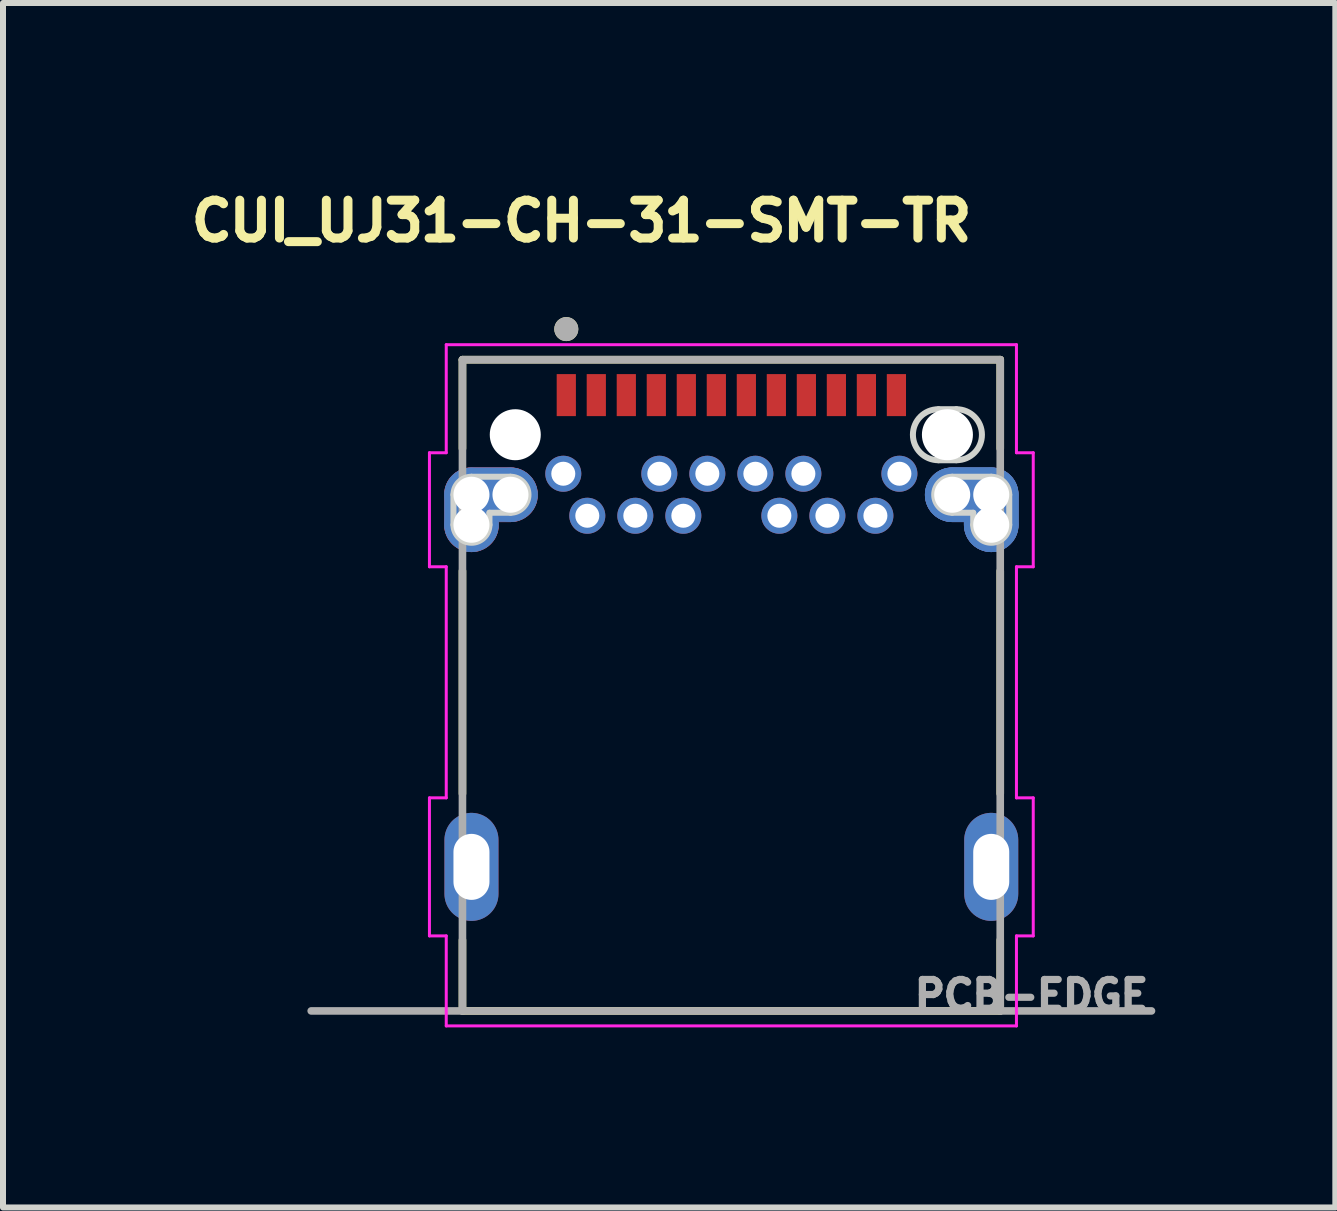
<source format=kicad_pcb>
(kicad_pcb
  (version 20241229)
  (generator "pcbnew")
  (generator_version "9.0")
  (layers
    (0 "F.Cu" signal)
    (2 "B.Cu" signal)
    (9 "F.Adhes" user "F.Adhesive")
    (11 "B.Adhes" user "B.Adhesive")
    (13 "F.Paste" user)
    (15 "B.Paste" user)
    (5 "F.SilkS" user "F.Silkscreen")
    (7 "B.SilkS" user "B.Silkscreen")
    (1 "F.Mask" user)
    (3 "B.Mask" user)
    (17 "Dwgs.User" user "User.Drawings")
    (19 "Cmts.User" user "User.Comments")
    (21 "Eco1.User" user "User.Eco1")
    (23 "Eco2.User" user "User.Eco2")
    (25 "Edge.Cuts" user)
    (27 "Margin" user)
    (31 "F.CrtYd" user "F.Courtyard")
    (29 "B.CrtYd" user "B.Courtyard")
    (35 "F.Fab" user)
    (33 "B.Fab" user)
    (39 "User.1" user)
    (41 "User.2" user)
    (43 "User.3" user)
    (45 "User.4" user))
  (footprint "CUI_UJ31-CH-31-SMT-TR"
    (layer "F.Cu")
    (at 9.135 3.533)
    (property "Reference" "CUI_UJ31-CH-31-SMT-TR" (at -2.496 -2.901 0) (layer "F.SilkS") (effects (font (size 0.631 0.631) (thickness 0.15))))
    (attr through_hole)
    (fp_poly (pts (xy -4.78 1.66) (xy -4.78 2.16) (xy -4.779 2.184) (xy -4.778 2.207) (xy -4.774 2.23) (xy -4.77 2.254) (xy -4.765 2.276) (xy -4.758 2.299) (xy -4.75 2.321) (xy -4.741 2.343) (xy -4.731 2.364) (xy -4.72 2.385) (xy -4.707 2.405) (xy -4.694 2.425) (xy -4.68 2.443) (xy -4.664 2.461) (xy -4.648 2.478) (xy -4.631 2.494) (xy -4.613 2.51) (xy -4.595 2.524) (xy -4.575 2.537) (xy -4.555 2.55) (xy -4.534 2.561) (xy -4.513 2.571) (xy -4.491 2.58) (xy -4.469 2.588) (xy -4.446 2.595) (xy -4.424 2.6) (xy -4.4 2.604) (xy -4.377 2.608) (xy -4.354 2.609) (xy -4.33 2.61) (xy -4.306 2.609) (xy -4.283 2.608) (xy -4.26 2.604) (xy -4.236 2.6) (xy -4.214 2.595) (xy -4.191 2.588) (xy -4.169 2.58) (xy -4.147 2.571) (xy -4.126 2.561) (xy -4.105 2.55) (xy -4.085 2.537) (xy -4.065 2.524) (xy -4.047 2.51) (xy -4.029 2.494) (xy -4.012 2.478) (xy -3.996 2.461) (xy -3.98 2.443) (xy -3.966 2.425) (xy -3.953 2.405) (xy -3.94 2.385) (xy -3.929 2.364) (xy -3.919 2.343) (xy -3.91 2.321) (xy -3.902 2.299) (xy -3.895 2.276) (xy -3.89 2.254) (xy -3.886 2.23) (xy -3.882 2.207) (xy -3.881 2.184) (xy -3.88 2.16) (xy -3.88 2.11) (xy -3.68 2.11) (xy -3.656 2.109) (xy -3.633 2.108) (xy -3.61 2.104) (xy -3.586 2.1) (xy -3.564 2.095) (xy -3.541 2.088) (xy -3.519 2.08) (xy -3.497 2.071) (xy -3.476 2.061) (xy -3.455 2.05) (xy -3.435 2.037) (xy -3.415 2.024) (xy -3.397 2.01) (xy -3.379 1.994) (xy -3.362 1.978) (xy -3.346 1.961) (xy -3.33 1.943) (xy -3.316 1.925) (xy -3.303 1.905) (xy -3.29 1.885) (xy -3.279 1.864) (xy -3.269 1.843) (xy -3.26 1.821) (xy -3.252 1.799) (xy -3.245 1.776) (xy -3.24 1.754) (xy -3.236 1.73) (xy -3.232 1.707) (xy -3.231 1.684) (xy -3.23 1.66) (xy -3.231 1.636) (xy -3.232 1.613) (xy -3.236 1.59) (xy -3.24 1.566) (xy -3.245 1.544) (xy -3.252 1.521) (xy -3.26 1.499) (xy -3.269 1.477) (xy -3.279 1.456) (xy -3.29 1.435) (xy -3.303 1.415) (xy -3.316 1.395) (xy -3.33 1.377) (xy -3.346 1.359) (xy -3.362 1.342) (xy -3.379 1.326) (xy -3.397 1.31) (xy -3.415 1.296) (xy -3.435 1.283) (xy -3.455 1.27) (xy -3.476 1.259) (xy -3.497 1.249) (xy -3.519 1.24) (xy -3.541 1.232) (xy -3.564 1.225) (xy -3.586 1.22) (xy -3.61 1.216) (xy -3.633 1.212) (xy -3.656 1.211) (xy -3.68 1.21) (xy -4.33 1.21) (xy -4.354 1.211) (xy -4.377 1.212) (xy -4.4 1.216) (xy -4.424 1.22) (xy -4.446 1.225) (xy -4.469 1.232) (xy -4.491 1.24) (xy -4.513 1.249) (xy -4.534 1.259) (xy -4.555 1.27) (xy -4.575 1.283) (xy -4.595 1.296) (xy -4.613 1.31) (xy -4.631 1.326) (xy -4.648 1.342) (xy -4.664 1.359) (xy -4.68 1.377) (xy -4.694 1.395) (xy -4.707 1.415) (xy -4.72 1.435) (xy -4.731 1.456) (xy -4.741 1.477) (xy -4.75 1.499) (xy -4.758 1.521) (xy -4.765 1.544) (xy -4.77 1.566) (xy -4.774 1.59) (xy -4.778 1.613) (xy -4.779 1.636) (xy -4.78 1.66)) (stroke (width 0.01) (type solid)) (fill yes) (layer "F.Cu"))
    (fp_poly (pts (xy -4.78 1.66) (xy -4.78 2.16) (xy -4.779 2.184) (xy -4.778 2.207) (xy -4.774 2.23) (xy -4.77 2.254) (xy -4.765 2.276) (xy -4.758 2.299) (xy -4.75 2.321) (xy -4.741 2.343) (xy -4.731 2.364) (xy -4.72 2.385) (xy -4.707 2.405) (xy -4.694 2.425) (xy -4.68 2.443) (xy -4.664 2.461) (xy -4.648 2.478) (xy -4.631 2.494) (xy -4.613 2.51) (xy -4.595 2.524) (xy -4.575 2.537) (xy -4.555 2.55) (xy -4.534 2.561) (xy -4.513 2.571) (xy -4.491 2.58) (xy -4.469 2.588) (xy -4.446 2.595) (xy -4.424 2.6) (xy -4.4 2.604) (xy -4.377 2.608) (xy -4.354 2.609) (xy -4.33 2.61) (xy -4.306 2.609) (xy -4.283 2.608) (xy -4.26 2.604) (xy -4.236 2.6) (xy -4.214 2.595) (xy -4.191 2.588) (xy -4.169 2.58) (xy -4.147 2.571) (xy -4.126 2.561) (xy -4.105 2.55) (xy -4.085 2.537) (xy -4.065 2.524) (xy -4.047 2.51) (xy -4.029 2.494) (xy -4.012 2.478) (xy -3.996 2.461) (xy -3.98 2.443) (xy -3.966 2.425) (xy -3.953 2.405) (xy -3.94 2.385) (xy -3.929 2.364) (xy -3.919 2.343) (xy -3.91 2.321) (xy -3.902 2.299) (xy -3.895 2.276) (xy -3.89 2.254) (xy -3.886 2.23) (xy -3.882 2.207) (xy -3.881 2.184) (xy -3.88 2.16) (xy -3.88 2.11) (xy -3.68 2.11) (xy -3.656 2.109) (xy -3.633 2.108) (xy -3.61 2.104) (xy -3.586 2.1) (xy -3.564 2.095) (xy -3.541 2.088) (xy -3.519 2.08) (xy -3.497 2.071) (xy -3.476 2.061) (xy -3.455 2.05) (xy -3.435 2.037) (xy -3.415 2.024) (xy -3.397 2.01) (xy -3.379 1.994) (xy -3.362 1.978) (xy -3.346 1.961) (xy -3.33 1.943) (xy -3.316 1.925) (xy -3.303 1.905) (xy -3.29 1.885) (xy -3.279 1.864) (xy -3.269 1.843) (xy -3.26 1.821) (xy -3.252 1.799) (xy -3.245 1.776) (xy -3.24 1.754) (xy -3.236 1.73) (xy -3.232 1.707) (xy -3.231 1.684) (xy -3.23 1.66) (xy -3.231 1.636) (xy -3.232 1.613) (xy -3.236 1.59) (xy -3.24 1.566) (xy -3.245 1.544) (xy -3.252 1.521) (xy -3.26 1.499) (xy -3.269 1.477) (xy -3.279 1.456) (xy -3.29 1.435) (xy -3.303 1.415) (xy -3.316 1.395) (xy -3.33 1.377) (xy -3.346 1.359) (xy -3.362 1.342) (xy -3.379 1.326) (xy -3.397 1.31) (xy -3.415 1.296) (xy -3.435 1.283) (xy -3.455 1.27) (xy -3.476 1.259) (xy -3.497 1.249) (xy -3.519 1.24) (xy -3.541 1.232) (xy -3.564 1.225) (xy -3.586 1.22) (xy -3.61 1.216) (xy -3.633 1.212) (xy -3.656 1.211) (xy -3.68 1.21) (xy -4.33 1.21) (xy -4.354 1.211) (xy -4.377 1.212) (xy -4.4 1.216) (xy -4.424 1.22) (xy -4.446 1.225) (xy -4.469 1.232) (xy -4.491 1.24) (xy -4.513 1.249) (xy -4.534 1.259) (xy -4.555 1.27) (xy -4.575 1.283) (xy -4.595 1.296) (xy -4.613 1.31) (xy -4.631 1.326) (xy -4.648 1.342) (xy -4.664 1.359) (xy -4.68 1.377) (xy -4.694 1.395) (xy -4.707 1.415) (xy -4.72 1.435) (xy -4.731 1.456) (xy -4.741 1.477) (xy -4.75 1.499) (xy -4.758 1.521) (xy -4.765 1.544) (xy -4.77 1.566) (xy -4.774 1.59) (xy -4.778 1.613) (xy -4.779 1.636) (xy -4.78 1.66)) (stroke (width 0.01) (type solid)) (fill yes) (layer "F.Cu"))
    (fp_poly (pts (xy 4.78 1.66) (xy 4.78 2.16) (xy 4.779 2.184) (xy 4.778 2.207) (xy 4.774 2.23) (xy 4.77 2.254) (xy 4.765 2.276) (xy 4.758 2.299) (xy 4.75 2.321) (xy 4.741 2.343) (xy 4.731 2.364) (xy 4.72 2.385) (xy 4.707 2.405) (xy 4.694 2.425) (xy 4.68 2.443) (xy 4.664 2.461) (xy 4.648 2.478) (xy 4.631 2.494) (xy 4.613 2.51) (xy 4.595 2.524) (xy 4.575 2.537) (xy 4.555 2.55) (xy 4.534 2.561) (xy 4.513 2.571) (xy 4.491 2.58) (xy 4.469 2.588) (xy 4.446 2.595) (xy 4.424 2.6) (xy 4.4 2.604) (xy 4.377 2.608) (xy 4.354 2.609) (xy 4.33 2.61) (xy 4.306 2.609) (xy 4.283 2.608) (xy 4.26 2.604) (xy 4.236 2.6) (xy 4.214 2.595) (xy 4.191 2.588) (xy 4.169 2.58) (xy 4.147 2.571) (xy 4.126 2.561) (xy 4.105 2.55) (xy 4.085 2.537) (xy 4.065 2.524) (xy 4.047 2.51) (xy 4.029 2.494) (xy 4.012 2.478) (xy 3.996 2.461) (xy 3.98 2.443) (xy 3.966 2.425) (xy 3.953 2.405) (xy 3.94 2.385) (xy 3.929 2.364) (xy 3.919 2.343) (xy 3.91 2.321) (xy 3.902 2.299) (xy 3.895 2.276) (xy 3.89 2.254) (xy 3.886 2.23) (xy 3.882 2.207) (xy 3.881 2.184) (xy 3.88 2.16) (xy 3.88 2.11) (xy 3.68 2.11) (xy 3.656 2.109) (xy 3.633 2.108) (xy 3.61 2.104) (xy 3.586 2.1) (xy 3.564 2.095) (xy 3.541 2.088) (xy 3.519 2.08) (xy 3.497 2.071) (xy 3.476 2.061) (xy 3.455 2.05) (xy 3.435 2.037) (xy 3.415 2.024) (xy 3.397 2.01) (xy 3.379 1.994) (xy 3.362 1.978) (xy 3.346 1.961) (xy 3.33 1.943) (xy 3.316 1.925) (xy 3.303 1.905) (xy 3.29 1.885) (xy 3.279 1.864) (xy 3.269 1.843) (xy 3.26 1.821) (xy 3.252 1.799) (xy 3.245 1.776) (xy 3.24 1.754) (xy 3.236 1.73) (xy 3.232 1.707) (xy 3.231 1.684) (xy 3.23 1.66) (xy 3.231 1.636) (xy 3.232 1.613) (xy 3.236 1.59) (xy 3.24 1.566) (xy 3.245 1.544) (xy 3.252 1.521) (xy 3.26 1.499) (xy 3.269 1.477) (xy 3.279 1.456) (xy 3.29 1.435) (xy 3.303 1.415) (xy 3.316 1.395) (xy 3.33 1.377) (xy 3.346 1.359) (xy 3.362 1.342) (xy 3.379 1.326) (xy 3.397 1.31) (xy 3.415 1.296) (xy 3.435 1.283) (xy 3.455 1.27) (xy 3.476 1.259) (xy 3.497 1.249) (xy 3.519 1.24) (xy 3.541 1.232) (xy 3.564 1.225) (xy 3.586 1.22) (xy 3.61 1.216) (xy 3.633 1.212) (xy 3.656 1.211) (xy 3.68 1.21) (xy 4.33 1.21) (xy 4.354 1.211) (xy 4.377 1.212) (xy 4.4 1.216) (xy 4.424 1.22) (xy 4.446 1.225) (xy 4.469 1.232) (xy 4.491 1.24) (xy 4.513 1.249) (xy 4.534 1.259) (xy 4.555 1.27) (xy 4.575 1.283) (xy 4.595 1.296) (xy 4.613 1.31) (xy 4.631 1.326) (xy 4.648 1.342) (xy 4.664 1.359) (xy 4.68 1.377) (xy 4.694 1.395) (xy 4.707 1.415) (xy 4.72 1.435) (xy 4.731 1.456) (xy 4.741 1.477) (xy 4.75 1.499) (xy 4.758 1.521) (xy 4.765 1.544) (xy 4.77 1.566) (xy 4.774 1.59) (xy 4.778 1.613) (xy 4.779 1.636) (xy 4.78 1.66)) (stroke (width 0.01) (type solid)) (fill yes) (layer "F.Cu"))
    (fp_poly (pts (xy 2.925 0.66) (xy 2.926 0.633) (xy 2.928 0.605) (xy 2.931 0.578) (xy 2.936 0.551) (xy 2.943 0.524) (xy 2.951 0.498) (xy 2.96 0.472) (xy 2.97 0.446) (xy 2.982 0.422) (xy 2.995 0.398) (xy 3.01 0.374) (xy 3.025 0.351) (xy 3.042 0.33) (xy 3.06 0.309) (xy 3.079 0.289) (xy 3.099 0.27) (xy 3.12 0.252) (xy 3.141 0.235) (xy 3.164 0.22) (xy 3.188 0.205) (xy 3.212 0.192) (xy 3.236 0.18) (xy 3.262 0.17) (xy 3.288 0.161) (xy 3.314 0.153) (xy 3.341 0.146) (xy 3.368 0.141) (xy 3.395 0.138) (xy 3.423 0.136) (xy 3.45 0.135) (xy 3.75 0.135) (xy 3.777 0.136) (xy 3.805 0.138) (xy 3.832 0.141) (xy 3.859 0.146) (xy 3.886 0.153) (xy 3.912 0.161) (xy 3.938 0.17) (xy 3.964 0.18) (xy 3.988 0.192) (xy 4.013 0.205) (xy 4.036 0.22) (xy 4.059 0.235) (xy 4.08 0.252) (xy 4.101 0.27) (xy 4.121 0.289) (xy 4.14 0.309) (xy 4.158 0.33) (xy 4.175 0.351) (xy 4.19 0.374) (xy 4.205 0.398) (xy 4.218 0.422) (xy 4.23 0.446) (xy 4.24 0.472) (xy 4.249 0.498) (xy 4.257 0.524) (xy 4.264 0.551) (xy 4.269 0.578) (xy 4.272 0.605) (xy 4.274 0.633) (xy 4.275 0.66) (xy 4.274 0.687) (xy 4.272 0.715) (xy 4.269 0.742) (xy 4.264 0.769) (xy 4.257 0.796) (xy 4.249 0.822) (xy 4.24 0.848) (xy 4.23 0.874) (xy 4.218 0.898) (xy 4.205 0.922) (xy 4.19 0.946) (xy 4.175 0.969) (xy 4.158 0.99) (xy 4.14 1.011) (xy 4.121 1.031) (xy 4.101 1.05) (xy 4.08 1.068) (xy 4.059 1.085) (xy 4.036 1.1) (xy 4.013 1.115) (xy 3.988 1.128) (xy 3.964 1.14) (xy 3.938 1.15) (xy 3.912 1.159) (xy 3.886 1.167) (xy 3.859 1.174) (xy 3.832 1.179) (xy 3.805 1.182) (xy 3.777 1.184) (xy 3.75 1.185) (xy 3.45 1.185) (xy 3.423 1.184) (xy 3.395 1.182) (xy 3.368 1.179) (xy 3.341 1.174) (xy 3.314 1.167) (xy 3.288 1.159) (xy 3.262 1.15) (xy 3.236 1.14) (xy 3.212 1.128) (xy 3.188 1.115) (xy 3.164 1.1) (xy 3.141 1.085) (xy 3.12 1.068) (xy 3.099 1.05) (xy 3.079 1.031) (xy 3.06 1.011) (xy 3.042 0.99) (xy 3.025 0.969) (xy 3.01 0.946) (xy 2.995 0.922) (xy 2.982 0.898) (xy 2.97 0.874) (xy 2.96 0.848) (xy 2.951 0.822) (xy 2.943 0.796) (xy 2.936 0.769) (xy 2.931 0.742) (xy 2.928 0.715) (xy 2.926 0.687) (xy 2.925 0.66)) (stroke (width 0.01) (type solid)) (fill yes) (layer "F.Mask"))
    (fp_poly (pts (xy -4.88 1.66) (xy -4.88 2.16) (xy -4.879 2.189) (xy -4.877 2.217) (xy -4.873 2.246) (xy -4.868 2.274) (xy -4.861 2.302) (xy -4.853 2.33) (xy -4.843 2.357) (xy -4.832 2.384) (xy -4.82 2.41) (xy -4.806 2.435) (xy -4.791 2.46) (xy -4.775 2.483) (xy -4.757 2.506) (xy -4.739 2.528) (xy -4.719 2.549) (xy -4.698 2.569) (xy -4.676 2.587) (xy -4.653 2.605) (xy -4.63 2.621) (xy -4.605 2.636) (xy -4.58 2.65) (xy -4.554 2.662) (xy -4.527 2.673) (xy -4.5 2.683) (xy -4.472 2.691) (xy -4.444 2.698) (xy -4.416 2.703) (xy -4.387 2.707) (xy -4.359 2.709) (xy -4.33 2.71) (xy -4.28 2.71) (xy -4.255 2.707) (xy -4.23 2.702) (xy -4.205 2.697) (xy -4.18 2.69) (xy -4.156 2.682) (xy -4.132 2.674) (xy -4.108 2.664) (xy -4.085 2.653) (xy -4.063 2.641) (xy -4.041 2.628) (xy -4.02 2.614) (xy -3.999 2.599) (xy -3.979 2.583) (xy -3.96 2.566) (xy -3.941 2.549) (xy -3.924 2.53) (xy -3.907 2.511) (xy -3.891 2.491) (xy -3.876 2.47) (xy -3.862 2.449) (xy -3.849 2.427) (xy -3.837 2.405) (xy -3.826 2.382) (xy -3.816 2.358) (xy -3.808 2.334) (xy -3.8 2.31) (xy -3.793 2.285) (xy -3.788 2.26) (xy -3.783 2.235) (xy -3.78 2.21) (xy -3.68 2.21) (xy -3.651 2.209) (xy -3.623 2.207) (xy -3.594 2.203) (xy -3.566 2.198) (xy -3.538 2.191) (xy -3.51 2.183) (xy -3.483 2.173) (xy -3.456 2.162) (xy -3.43 2.15) (xy -3.405 2.136) (xy -3.38 2.121) (xy -3.357 2.105) (xy -3.334 2.087) (xy -3.312 2.069) (xy -3.291 2.049) (xy -3.271 2.028) (xy -3.253 2.006) (xy -3.235 1.983) (xy -3.219 1.96) (xy -3.204 1.935) (xy -3.19 1.91) (xy -3.178 1.884) (xy -3.167 1.857) (xy -3.157 1.83) (xy -3.149 1.802) (xy -3.142 1.774) (xy -3.137 1.746) (xy -3.133 1.717) (xy -3.131 1.689) (xy -3.13 1.66) (xy -3.131 1.631) (xy -3.133 1.603) (xy -3.137 1.574) (xy -3.142 1.546) (xy -3.149 1.518) (xy -3.157 1.49) (xy -3.167 1.463) (xy -3.178 1.436) (xy -3.19 1.41) (xy -3.204 1.385) (xy -3.219 1.36) (xy -3.235 1.337) (xy -3.253 1.314) (xy -3.271 1.292) (xy -3.291 1.271) (xy -3.312 1.251) (xy -3.334 1.233) (xy -3.357 1.215) (xy -3.38 1.199) (xy -3.405 1.184) (xy -3.43 1.17) (xy -3.456 1.158) (xy -3.483 1.147) (xy -3.51 1.137) (xy -3.538 1.129) (xy -3.566 1.122) (xy -3.594 1.117) (xy -3.623 1.113) (xy -3.651 1.111) (xy -3.68 1.11) (xy -4.33 1.11) (xy -4.359 1.111) (xy -4.387 1.113) (xy -4.416 1.117) (xy -4.444 1.122) (xy -4.472 1.129) (xy -4.5 1.137) (xy -4.527 1.147) (xy -4.554 1.158) (xy -4.58 1.17) (xy -4.605 1.184) (xy -4.63 1.199) (xy -4.653 1.215) (xy -4.676 1.233) (xy -4.698 1.251) (xy -4.719 1.271) (xy -4.739 1.292) (xy -4.757 1.314) (xy -4.775 1.337) (xy -4.791 1.36) (xy -4.806 1.385) (xy -4.82 1.41) (xy -4.832 1.436) (xy -4.843 1.463) (xy -4.853 1.49) (xy -4.861 1.518) (xy -4.868 1.546) (xy -4.873 1.574) (xy -4.877 1.603) (xy -4.879 1.631) (xy -4.88 1.66)) (stroke (width 0.01) (type solid)) (fill yes) (layer "F.Mask"))
    (fp_poly (pts (xy 4.88 1.66) (xy 4.88 2.16) (xy 4.879 2.189) (xy 4.877 2.217) (xy 4.873 2.246) (xy 4.868 2.274) (xy 4.861 2.302) (xy 4.853 2.33) (xy 4.843 2.357) (xy 4.832 2.384) (xy 4.82 2.41) (xy 4.806 2.435) (xy 4.791 2.46) (xy 4.775 2.483) (xy 4.757 2.506) (xy 4.739 2.528) (xy 4.719 2.549) (xy 4.698 2.569) (xy 4.676 2.587) (xy 4.653 2.605) (xy 4.63 2.621) (xy 4.605 2.636) (xy 4.58 2.65) (xy 4.554 2.662) (xy 4.527 2.673) (xy 4.5 2.683) (xy 4.472 2.691) (xy 4.444 2.698) (xy 4.416 2.703) (xy 4.387 2.707) (xy 4.359 2.709) (xy 4.33 2.71) (xy 4.28 2.71) (xy 4.255 2.707) (xy 4.23 2.702) (xy 4.205 2.697) (xy 4.18 2.69) (xy 4.156 2.682) (xy 4.132 2.674) (xy 4.108 2.664) (xy 4.085 2.653) (xy 4.063 2.641) (xy 4.041 2.628) (xy 4.02 2.614) (xy 3.999 2.599) (xy 3.979 2.583) (xy 3.96 2.566) (xy 3.941 2.549) (xy 3.924 2.53) (xy 3.907 2.511) (xy 3.891 2.491) (xy 3.876 2.47) (xy 3.862 2.449) (xy 3.849 2.427) (xy 3.837 2.405) (xy 3.826 2.382) (xy 3.816 2.358) (xy 3.808 2.334) (xy 3.8 2.31) (xy 3.793 2.285) (xy 3.788 2.26) (xy 3.783 2.235) (xy 3.78 2.21) (xy 3.68 2.21) (xy 3.651 2.209) (xy 3.623 2.207) (xy 3.594 2.203) (xy 3.566 2.198) (xy 3.538 2.191) (xy 3.51 2.183) (xy 3.483 2.173) (xy 3.456 2.162) (xy 3.43 2.15) (xy 3.405 2.136) (xy 3.38 2.121) (xy 3.357 2.105) (xy 3.334 2.087) (xy 3.312 2.069) (xy 3.291 2.049) (xy 3.271 2.028) (xy 3.253 2.006) (xy 3.235 1.983) (xy 3.219 1.96) (xy 3.204 1.935) (xy 3.19 1.91) (xy 3.178 1.884) (xy 3.167 1.857) (xy 3.157 1.83) (xy 3.149 1.802) (xy 3.142 1.774) (xy 3.137 1.746) (xy 3.133 1.717) (xy 3.131 1.689) (xy 3.13 1.66) (xy 3.131 1.631) (xy 3.133 1.603) (xy 3.137 1.574) (xy 3.142 1.546) (xy 3.149 1.518) (xy 3.157 1.49) (xy 3.167 1.463) (xy 3.178 1.436) (xy 3.19 1.41) (xy 3.204 1.385) (xy 3.219 1.36) (xy 3.235 1.337) (xy 3.253 1.314) (xy 3.271 1.292) (xy 3.291 1.271) (xy 3.312 1.251) (xy 3.334 1.233) (xy 3.357 1.215) (xy 3.38 1.199) (xy 3.405 1.184) (xy 3.43 1.17) (xy 3.456 1.158) (xy 3.483 1.147) (xy 3.51 1.137) (xy 3.538 1.129) (xy 3.566 1.122) (xy 3.594 1.117) (xy 3.623 1.113) (xy 3.651 1.111) (xy 3.68 1.11) (xy 4.33 1.11) (xy 4.359 1.111) (xy 4.387 1.113) (xy 4.416 1.117) (xy 4.444 1.122) (xy 4.472 1.129) (xy 4.5 1.137) (xy 4.527 1.147) (xy 4.554 1.158) (xy 4.58 1.17) (xy 4.605 1.184) (xy 4.63 1.199) (xy 4.653 1.215) (xy 4.676 1.233) (xy 4.698 1.251) (xy 4.719 1.271) (xy 4.739 1.292) (xy 4.757 1.314) (xy 4.775 1.337) (xy 4.791 1.36) (xy 4.806 1.385) (xy 4.82 1.41) (xy 4.832 1.436) (xy 4.843 1.463) (xy 4.853 1.49) (xy 4.861 1.518) (xy 4.868 1.546) (xy 4.873 1.574) (xy 4.877 1.603) (xy 4.879 1.631) (xy 4.88 1.66)) (stroke (width 0.01) (type solid)) (fill yes) (layer "F.Mask"))
    (fp_poly (pts (xy -4.78 1.66) (xy -4.78 2.16) (xy -4.779 2.184) (xy -4.778 2.207) (xy -4.774 2.23) (xy -4.77 2.254) (xy -4.765 2.276) (xy -4.758 2.299) (xy -4.75 2.321) (xy -4.741 2.343) (xy -4.731 2.364) (xy -4.72 2.385) (xy -4.707 2.405) (xy -4.694 2.425) (xy -4.68 2.443) (xy -4.664 2.461) (xy -4.648 2.478) (xy -4.631 2.494) (xy -4.613 2.51) (xy -4.595 2.524) (xy -4.575 2.537) (xy -4.555 2.55) (xy -4.534 2.561) (xy -4.513 2.571) (xy -4.491 2.58) (xy -4.469 2.588) (xy -4.446 2.595) (xy -4.424 2.6) (xy -4.4 2.604) (xy -4.377 2.608) (xy -4.354 2.609) (xy -4.33 2.61) (xy -4.306 2.609) (xy -4.283 2.608) (xy -4.26 2.604) (xy -4.236 2.6) (xy -4.214 2.595) (xy -4.191 2.588) (xy -4.169 2.58) (xy -4.147 2.571) (xy -4.126 2.561) (xy -4.105 2.55) (xy -4.085 2.537) (xy -4.065 2.524) (xy -4.047 2.51) (xy -4.029 2.494) (xy -4.012 2.478) (xy -3.996 2.461) (xy -3.98 2.443) (xy -3.966 2.425) (xy -3.953 2.405) (xy -3.94 2.385) (xy -3.929 2.364) (xy -3.919 2.343) (xy -3.91 2.321) (xy -3.902 2.299) (xy -3.895 2.276) (xy -3.89 2.254) (xy -3.886 2.23) (xy -3.882 2.207) (xy -3.881 2.184) (xy -3.88 2.16) (xy -3.88 2.11) (xy -3.68 2.11) (xy -3.656 2.109) (xy -3.633 2.108) (xy -3.61 2.104) (xy -3.586 2.1) (xy -3.564 2.095) (xy -3.541 2.088) (xy -3.519 2.08) (xy -3.497 2.071) (xy -3.476 2.061) (xy -3.455 2.05) (xy -3.435 2.037) (xy -3.415 2.024) (xy -3.397 2.01) (xy -3.379 1.994) (xy -3.362 1.978) (xy -3.346 1.961) (xy -3.33 1.943) (xy -3.316 1.925) (xy -3.303 1.905) (xy -3.29 1.885) (xy -3.279 1.864) (xy -3.269 1.843) (xy -3.26 1.821) (xy -3.252 1.799) (xy -3.245 1.776) (xy -3.24 1.754) (xy -3.236 1.73) (xy -3.232 1.707) (xy -3.231 1.684) (xy -3.23 1.66) (xy -3.231 1.636) (xy -3.232 1.613) (xy -3.236 1.59) (xy -3.24 1.566) (xy -3.245 1.544) (xy -3.252 1.521) (xy -3.26 1.499) (xy -3.269 1.477) (xy -3.279 1.456) (xy -3.29 1.435) (xy -3.303 1.415) (xy -3.316 1.395) (xy -3.33 1.377) (xy -3.346 1.359) (xy -3.362 1.342) (xy -3.379 1.326) (xy -3.397 1.31) (xy -3.415 1.296) (xy -3.435 1.283) (xy -3.455 1.27) (xy -3.476 1.259) (xy -3.497 1.249) (xy -3.519 1.24) (xy -3.541 1.232) (xy -3.564 1.225) (xy -3.586 1.22) (xy -3.61 1.216) (xy -3.633 1.212) (xy -3.656 1.211) (xy -3.68 1.21) (xy -4.33 1.21) (xy -4.354 1.211) (xy -4.377 1.212) (xy -4.4 1.216) (xy -4.424 1.22) (xy -4.446 1.225) (xy -4.469 1.232) (xy -4.491 1.24) (xy -4.513 1.249) (xy -4.534 1.259) (xy -4.555 1.27) (xy -4.575 1.283) (xy -4.595 1.296) (xy -4.613 1.31) (xy -4.631 1.326) (xy -4.648 1.342) (xy -4.664 1.359) (xy -4.68 1.377) (xy -4.694 1.395) (xy -4.707 1.415) (xy -4.72 1.435) (xy -4.731 1.456) (xy -4.741 1.477) (xy -4.75 1.499) (xy -4.758 1.521) (xy -4.765 1.544) (xy -4.77 1.566) (xy -4.774 1.59) (xy -4.778 1.613) (xy -4.779 1.636) (xy -4.78 1.66)) (stroke (width 0.01) (type solid)) (fill yes) (layer "B.Cu"))
    (fp_poly (pts (xy 4.78 1.66) (xy 4.78 2.16) (xy 4.779 2.184) (xy 4.778 2.207) (xy 4.774 2.23) (xy 4.77 2.254) (xy 4.765 2.276) (xy 4.758 2.299) (xy 4.75 2.321) (xy 4.741 2.343) (xy 4.731 2.364) (xy 4.72 2.385) (xy 4.707 2.405) (xy 4.694 2.425) (xy 4.68 2.443) (xy 4.664 2.461) (xy 4.648 2.478) (xy 4.631 2.494) (xy 4.613 2.51) (xy 4.595 2.524) (xy 4.575 2.537) (xy 4.555 2.55) (xy 4.534 2.561) (xy 4.513 2.571) (xy 4.491 2.58) (xy 4.469 2.588) (xy 4.446 2.595) (xy 4.424 2.6) (xy 4.4 2.604) (xy 4.377 2.608) (xy 4.354 2.609) (xy 4.33 2.61) (xy 4.306 2.609) (xy 4.283 2.608) (xy 4.26 2.604) (xy 4.236 2.6) (xy 4.214 2.595) (xy 4.191 2.588) (xy 4.169 2.58) (xy 4.147 2.571) (xy 4.126 2.561) (xy 4.105 2.55) (xy 4.085 2.537) (xy 4.065 2.524) (xy 4.047 2.51) (xy 4.029 2.494) (xy 4.012 2.478) (xy 3.996 2.461) (xy 3.98 2.443) (xy 3.966 2.425) (xy 3.953 2.405) (xy 3.94 2.385) (xy 3.929 2.364) (xy 3.919 2.343) (xy 3.91 2.321) (xy 3.902 2.299) (xy 3.895 2.276) (xy 3.89 2.254) (xy 3.886 2.23) (xy 3.882 2.207) (xy 3.881 2.184) (xy 3.88 2.16) (xy 3.88 2.11) (xy 3.68 2.11) (xy 3.656 2.109) (xy 3.633 2.108) (xy 3.61 2.104) (xy 3.586 2.1) (xy 3.564 2.095) (xy 3.541 2.088) (xy 3.519 2.08) (xy 3.497 2.071) (xy 3.476 2.061) (xy 3.455 2.05) (xy 3.435 2.037) (xy 3.415 2.024) (xy 3.397 2.01) (xy 3.379 1.994) (xy 3.362 1.978) (xy 3.346 1.961) (xy 3.33 1.943) (xy 3.316 1.925) (xy 3.303 1.905) (xy 3.29 1.885) (xy 3.279 1.864) (xy 3.269 1.843) (xy 3.26 1.821) (xy 3.252 1.799) (xy 3.245 1.776) (xy 3.24 1.754) (xy 3.236 1.73) (xy 3.232 1.707) (xy 3.231 1.684) (xy 3.23 1.66) (xy 3.231 1.636) (xy 3.232 1.613) (xy 3.236 1.59) (xy 3.24 1.566) (xy 3.245 1.544) (xy 3.252 1.521) (xy 3.26 1.499) (xy 3.269 1.477) (xy 3.279 1.456) (xy 3.29 1.435) (xy 3.303 1.415) (xy 3.316 1.395) (xy 3.33 1.377) (xy 3.346 1.359) (xy 3.362 1.342) (xy 3.379 1.326) (xy 3.397 1.31) (xy 3.415 1.296) (xy 3.435 1.283) (xy 3.455 1.27) (xy 3.476 1.259) (xy 3.497 1.249) (xy 3.519 1.24) (xy 3.541 1.232) (xy 3.564 1.225) (xy 3.586 1.22) (xy 3.61 1.216) (xy 3.633 1.212) (xy 3.656 1.211) (xy 3.68 1.21) (xy 4.33 1.21) (xy 4.354 1.211) (xy 4.377 1.212) (xy 4.4 1.216) (xy 4.424 1.22) (xy 4.446 1.225) (xy 4.469 1.232) (xy 4.491 1.24) (xy 4.513 1.249) (xy 4.534 1.259) (xy 4.555 1.27) (xy 4.575 1.283) (xy 4.595 1.296) (xy 4.613 1.31) (xy 4.631 1.326) (xy 4.648 1.342) (xy 4.664 1.359) (xy 4.68 1.377) (xy 4.694 1.395) (xy 4.707 1.415) (xy 4.72 1.435) (xy 4.731 1.456) (xy 4.741 1.477) (xy 4.75 1.499) (xy 4.758 1.521) (xy 4.765 1.544) (xy 4.77 1.566) (xy 4.774 1.59) (xy 4.778 1.613) (xy 4.779 1.636) (xy 4.78 1.66)) (stroke (width 0.01) (type solid)) (fill yes) (layer "B.Cu"))
    (fp_poly (pts (xy 4.78 1.66) (xy 4.78 2.16) (xy 4.779 2.184) (xy 4.778 2.207) (xy 4.774 2.23) (xy 4.77 2.254) (xy 4.765 2.276) (xy 4.758 2.299) (xy 4.75 2.321) (xy 4.741 2.343) (xy 4.731 2.364) (xy 4.72 2.385) (xy 4.707 2.405) (xy 4.694 2.425) (xy 4.68 2.443) (xy 4.664 2.461) (xy 4.648 2.478) (xy 4.631 2.494) (xy 4.613 2.51) (xy 4.595 2.524) (xy 4.575 2.537) (xy 4.555 2.55) (xy 4.534 2.561) (xy 4.513 2.571) (xy 4.491 2.58) (xy 4.469 2.588) (xy 4.446 2.595) (xy 4.424 2.6) (xy 4.4 2.604) (xy 4.377 2.608) (xy 4.354 2.609) (xy 4.33 2.61) (xy 4.306 2.609) (xy 4.283 2.608) (xy 4.26 2.604) (xy 4.236 2.6) (xy 4.214 2.595) (xy 4.191 2.588) (xy 4.169 2.58) (xy 4.147 2.571) (xy 4.126 2.561) (xy 4.105 2.55) (xy 4.085 2.537) (xy 4.065 2.524) (xy 4.047 2.51) (xy 4.029 2.494) (xy 4.012 2.478) (xy 3.996 2.461) (xy 3.98 2.443) (xy 3.966 2.425) (xy 3.953 2.405) (xy 3.94 2.385) (xy 3.929 2.364) (xy 3.919 2.343) (xy 3.91 2.321) (xy 3.902 2.299) (xy 3.895 2.276) (xy 3.89 2.254) (xy 3.886 2.23) (xy 3.882 2.207) (xy 3.881 2.184) (xy 3.88 2.16) (xy 3.88 2.11) (xy 3.68 2.11) (xy 3.656 2.109) (xy 3.633 2.108) (xy 3.61 2.104) (xy 3.586 2.1) (xy 3.564 2.095) (xy 3.541 2.088) (xy 3.519 2.08) (xy 3.497 2.071) (xy 3.476 2.061) (xy 3.455 2.05) (xy 3.435 2.037) (xy 3.415 2.024) (xy 3.397 2.01) (xy 3.379 1.994) (xy 3.362 1.978) (xy 3.346 1.961) (xy 3.33 1.943) (xy 3.316 1.925) (xy 3.303 1.905) (xy 3.29 1.885) (xy 3.279 1.864) (xy 3.269 1.843) (xy 3.26 1.821) (xy 3.252 1.799) (xy 3.245 1.776) (xy 3.24 1.754) (xy 3.236 1.73) (xy 3.232 1.707) (xy 3.231 1.684) (xy 3.23 1.66) (xy 3.231 1.636) (xy 3.232 1.613) (xy 3.236 1.59) (xy 3.24 1.566) (xy 3.245 1.544) (xy 3.252 1.521) (xy 3.26 1.499) (xy 3.269 1.477) (xy 3.279 1.456) (xy 3.29 1.435) (xy 3.303 1.415) (xy 3.316 1.395) (xy 3.33 1.377) (xy 3.346 1.359) (xy 3.362 1.342) (xy 3.379 1.326) (xy 3.397 1.31) (xy 3.415 1.296) (xy 3.435 1.283) (xy 3.455 1.27) (xy 3.476 1.259) (xy 3.497 1.249) (xy 3.519 1.24) (xy 3.541 1.232) (xy 3.564 1.225) (xy 3.586 1.22) (xy 3.61 1.216) (xy 3.633 1.212) (xy 3.656 1.211) (xy 3.68 1.21) (xy 4.33 1.21) (xy 4.354 1.211) (xy 4.377 1.212) (xy 4.4 1.216) (xy 4.424 1.22) (xy 4.446 1.225) (xy 4.469 1.232) (xy 4.491 1.24) (xy 4.513 1.249) (xy 4.534 1.259) (xy 4.555 1.27) (xy 4.575 1.283) (xy 4.595 1.296) (xy 4.613 1.31) (xy 4.631 1.326) (xy 4.648 1.342) (xy 4.664 1.359) (xy 4.68 1.377) (xy 4.694 1.395) (xy 4.707 1.415) (xy 4.72 1.435) (xy 4.731 1.456) (xy 4.741 1.477) (xy 4.75 1.499) (xy 4.758 1.521) (xy 4.765 1.544) (xy 4.77 1.566) (xy 4.774 1.59) (xy 4.778 1.613) (xy 4.779 1.636) (xy 4.78 1.66)) (stroke (width 0.01) (type solid)) (fill yes) (layer "B.Cu"))
    (fp_poly (pts (xy 2.925 0.66) (xy 2.926 0.633) (xy 2.928 0.605) (xy 2.931 0.578) (xy 2.936 0.551) (xy 2.943 0.524) (xy 2.951 0.498) (xy 2.96 0.472) (xy 2.97 0.446) (xy 2.982 0.422) (xy 2.995 0.398) (xy 3.01 0.374) (xy 3.025 0.351) (xy 3.042 0.33) (xy 3.06 0.309) (xy 3.079 0.289) (xy 3.099 0.27) (xy 3.12 0.252) (xy 3.141 0.235) (xy 3.164 0.22) (xy 3.188 0.205) (xy 3.212 0.192) (xy 3.236 0.18) (xy 3.262 0.17) (xy 3.288 0.161) (xy 3.314 0.153) (xy 3.341 0.146) (xy 3.368 0.141) (xy 3.395 0.138) (xy 3.423 0.136) (xy 3.45 0.135) (xy 3.75 0.135) (xy 3.777 0.136) (xy 3.805 0.138) (xy 3.832 0.141) (xy 3.859 0.146) (xy 3.886 0.153) (xy 3.912 0.161) (xy 3.938 0.17) (xy 3.964 0.18) (xy 3.988 0.192) (xy 4.013 0.205) (xy 4.036 0.22) (xy 4.059 0.235) (xy 4.08 0.252) (xy 4.101 0.27) (xy 4.121 0.289) (xy 4.14 0.309) (xy 4.158 0.33) (xy 4.175 0.351) (xy 4.19 0.374) (xy 4.205 0.398) (xy 4.218 0.422) (xy 4.23 0.446) (xy 4.24 0.472) (xy 4.249 0.498) (xy 4.257 0.524) (xy 4.264 0.551) (xy 4.269 0.578) (xy 4.272 0.605) (xy 4.274 0.633) (xy 4.275 0.66) (xy 4.274 0.687) (xy 4.272 0.715) (xy 4.269 0.742) (xy 4.264 0.769) (xy 4.257 0.796) (xy 4.249 0.822) (xy 4.24 0.848) (xy 4.23 0.874) (xy 4.218 0.898) (xy 4.205 0.922) (xy 4.19 0.946) (xy 4.175 0.969) (xy 4.158 0.99) (xy 4.14 1.011) (xy 4.121 1.031) (xy 4.101 1.05) (xy 4.08 1.068) (xy 4.059 1.085) (xy 4.036 1.1) (xy 4.013 1.115) (xy 3.988 1.128) (xy 3.964 1.14) (xy 3.938 1.15) (xy 3.912 1.159) (xy 3.886 1.167) (xy 3.859 1.174) (xy 3.832 1.179) (xy 3.805 1.182) (xy 3.777 1.184) (xy 3.75 1.185) (xy 3.45 1.185) (xy 3.423 1.184) (xy 3.395 1.182) (xy 3.368 1.179) (xy 3.341 1.174) (xy 3.314 1.167) (xy 3.288 1.159) (xy 3.262 1.15) (xy 3.236 1.14) (xy 3.212 1.128) (xy 3.188 1.115) (xy 3.164 1.1) (xy 3.141 1.085) (xy 3.12 1.068) (xy 3.099 1.05) (xy 3.079 1.031) (xy 3.06 1.011) (xy 3.042 0.99) (xy 3.025 0.969) (xy 3.01 0.946) (xy 2.995 0.922) (xy 2.982 0.898) (xy 2.97 0.874) (xy 2.96 0.848) (xy 2.951 0.822) (xy 2.943 0.796) (xy 2.936 0.769) (xy 2.931 0.742) (xy 2.928 0.715) (xy 2.926 0.687) (xy 2.925 0.66)) (stroke (width 0.01) (type solid)) (fill yes) (layer "B.Mask"))
    (fp_poly (pts (xy -4.88 1.66) (xy -4.88 2.16) (xy -4.879 2.189) (xy -4.877 2.217) (xy -4.873 2.246) (xy -4.868 2.274) (xy -4.861 2.302) (xy -4.853 2.33) (xy -4.843 2.357) (xy -4.832 2.384) (xy -4.82 2.41) (xy -4.806 2.435) (xy -4.791 2.46) (xy -4.775 2.483) (xy -4.757 2.506) (xy -4.739 2.528) (xy -4.719 2.549) (xy -4.698 2.569) (xy -4.676 2.587) (xy -4.653 2.605) (xy -4.63 2.621) (xy -4.605 2.636) (xy -4.58 2.65) (xy -4.554 2.662) (xy -4.527 2.673) (xy -4.5 2.683) (xy -4.472 2.691) (xy -4.444 2.698) (xy -4.416 2.703) (xy -4.387 2.707) (xy -4.359 2.709) (xy -4.33 2.71) (xy -4.28 2.71) (xy -4.255 2.707) (xy -4.23 2.702) (xy -4.205 2.697) (xy -4.18 2.69) (xy -4.156 2.682) (xy -4.132 2.674) (xy -4.108 2.664) (xy -4.085 2.653) (xy -4.063 2.641) (xy -4.041 2.628) (xy -4.02 2.614) (xy -3.999 2.599) (xy -3.979 2.583) (xy -3.96 2.566) (xy -3.941 2.549) (xy -3.924 2.53) (xy -3.907 2.511) (xy -3.891 2.491) (xy -3.876 2.47) (xy -3.862 2.449) (xy -3.849 2.427) (xy -3.837 2.405) (xy -3.826 2.382) (xy -3.816 2.358) (xy -3.808 2.334) (xy -3.8 2.31) (xy -3.793 2.285) (xy -3.788 2.26) (xy -3.783 2.235) (xy -3.78 2.21) (xy -3.68 2.21) (xy -3.651 2.209) (xy -3.623 2.207) (xy -3.594 2.203) (xy -3.566 2.198) (xy -3.538 2.191) (xy -3.51 2.183) (xy -3.483 2.173) (xy -3.456 2.162) (xy -3.43 2.15) (xy -3.405 2.136) (xy -3.38 2.121) (xy -3.357 2.105) (xy -3.334 2.087) (xy -3.312 2.069) (xy -3.291 2.049) (xy -3.271 2.028) (xy -3.253 2.006) (xy -3.235 1.983) (xy -3.219 1.96) (xy -3.204 1.935) (xy -3.19 1.91) (xy -3.178 1.884) (xy -3.167 1.857) (xy -3.157 1.83) (xy -3.149 1.802) (xy -3.142 1.774) (xy -3.137 1.746) (xy -3.133 1.717) (xy -3.131 1.689) (xy -3.13 1.66) (xy -3.131 1.631) (xy -3.133 1.603) (xy -3.137 1.574) (xy -3.142 1.546) (xy -3.149 1.518) (xy -3.157 1.49) (xy -3.167 1.463) (xy -3.178 1.436) (xy -3.19 1.41) (xy -3.204 1.385) (xy -3.219 1.36) (xy -3.235 1.337) (xy -3.253 1.314) (xy -3.271 1.292) (xy -3.291 1.271) (xy -3.312 1.251) (xy -3.334 1.233) (xy -3.357 1.215) (xy -3.38 1.199) (xy -3.405 1.184) (xy -3.43 1.17) (xy -3.456 1.158) (xy -3.483 1.147) (xy -3.51 1.137) (xy -3.538 1.129) (xy -3.566 1.122) (xy -3.594 1.117) (xy -3.623 1.113) (xy -3.651 1.111) (xy -3.68 1.11) (xy -4.33 1.11) (xy -4.359 1.111) (xy -4.387 1.113) (xy -4.416 1.117) (xy -4.444 1.122) (xy -4.472 1.129) (xy -4.5 1.137) (xy -4.527 1.147) (xy -4.554 1.158) (xy -4.58 1.17) (xy -4.605 1.184) (xy -4.63 1.199) (xy -4.653 1.215) (xy -4.676 1.233) (xy -4.698 1.251) (xy -4.719 1.271) (xy -4.739 1.292) (xy -4.757 1.314) (xy -4.775 1.337) (xy -4.791 1.36) (xy -4.806 1.385) (xy -4.82 1.41) (xy -4.832 1.436) (xy -4.843 1.463) (xy -4.853 1.49) (xy -4.861 1.518) (xy -4.868 1.546) (xy -4.873 1.574) (xy -4.877 1.603) (xy -4.879 1.631) (xy -4.88 1.66)) (stroke (width 0.01) (type solid)) (fill yes) (layer "B.Mask"))
    (fp_poly (pts (xy 4.88 1.66) (xy 4.88 2.16) (xy 4.879 2.189) (xy 4.877 2.217) (xy 4.873 2.246) (xy 4.868 2.274) (xy 4.861 2.302) (xy 4.853 2.33) (xy 4.843 2.357) (xy 4.832 2.384) (xy 4.82 2.41) (xy 4.806 2.435) (xy 4.791 2.46) (xy 4.775 2.483) (xy 4.757 2.506) (xy 4.739 2.528) (xy 4.719 2.549) (xy 4.698 2.569) (xy 4.676 2.587) (xy 4.653 2.605) (xy 4.63 2.621) (xy 4.605 2.636) (xy 4.58 2.65) (xy 4.554 2.662) (xy 4.527 2.673) (xy 4.5 2.683) (xy 4.472 2.691) (xy 4.444 2.698) (xy 4.416 2.703) (xy 4.387 2.707) (xy 4.359 2.709) (xy 4.33 2.71) (xy 4.28 2.71) (xy 4.255 2.707) (xy 4.23 2.702) (xy 4.205 2.697) (xy 4.18 2.69) (xy 4.156 2.682) (xy 4.132 2.674) (xy 4.108 2.664) (xy 4.085 2.653) (xy 4.063 2.641) (xy 4.041 2.628) (xy 4.02 2.614) (xy 3.999 2.599) (xy 3.979 2.583) (xy 3.96 2.566) (xy 3.941 2.549) (xy 3.924 2.53) (xy 3.907 2.511) (xy 3.891 2.491) (xy 3.876 2.47) (xy 3.862 2.449) (xy 3.849 2.427) (xy 3.837 2.405) (xy 3.826 2.382) (xy 3.816 2.358) (xy 3.808 2.334) (xy 3.8 2.31) (xy 3.793 2.285) (xy 3.788 2.26) (xy 3.783 2.235) (xy 3.78 2.21) (xy 3.68 2.21) (xy 3.651 2.209) (xy 3.623 2.207) (xy 3.594 2.203) (xy 3.566 2.198) (xy 3.538 2.191) (xy 3.51 2.183) (xy 3.483 2.173) (xy 3.456 2.162) (xy 3.43 2.15) (xy 3.405 2.136) (xy 3.38 2.121) (xy 3.357 2.105) (xy 3.334 2.087) (xy 3.312 2.069) (xy 3.291 2.049) (xy 3.271 2.028) (xy 3.253 2.006) (xy 3.235 1.983) (xy 3.219 1.96) (xy 3.204 1.935) (xy 3.19 1.91) (xy 3.178 1.884) (xy 3.167 1.857) (xy 3.157 1.83) (xy 3.149 1.802) (xy 3.142 1.774) (xy 3.137 1.746) (xy 3.133 1.717) (xy 3.131 1.689) (xy 3.13 1.66) (xy 3.131 1.631) (xy 3.133 1.603) (xy 3.137 1.574) (xy 3.142 1.546) (xy 3.149 1.518) (xy 3.157 1.49) (xy 3.167 1.463) (xy 3.178 1.436) (xy 3.19 1.41) (xy 3.204 1.385) (xy 3.219 1.36) (xy 3.235 1.337) (xy 3.253 1.314) (xy 3.271 1.292) (xy 3.291 1.271) (xy 3.312 1.251) (xy 3.334 1.233) (xy 3.357 1.215) (xy 3.38 1.199) (xy 3.405 1.184) (xy 3.43 1.17) (xy 3.456 1.158) (xy 3.483 1.147) (xy 3.51 1.137) (xy 3.538 1.129) (xy 3.566 1.122) (xy 3.594 1.117) (xy 3.623 1.113) (xy 3.651 1.111) (xy 3.68 1.11) (xy 4.33 1.11) (xy 4.359 1.111) (xy 4.387 1.113) (xy 4.416 1.117) (xy 4.444 1.122) (xy 4.472 1.129) (xy 4.5 1.137) (xy 4.527 1.147) (xy 4.554 1.158) (xy 4.58 1.17) (xy 4.605 1.184) (xy 4.63 1.199) (xy 4.653 1.215) (xy 4.676 1.233) (xy 4.698 1.251) (xy 4.719 1.271) (xy 4.739 1.292) (xy 4.757 1.314) (xy 4.775 1.337) (xy 4.791 1.36) (xy 4.806 1.385) (xy 4.82 1.41) (xy 4.832 1.436) (xy 4.843 1.463) (xy 4.853 1.49) (xy 4.861 1.518) (xy 4.868 1.546) (xy 4.873 1.574) (xy 4.877 1.603) (xy 4.879 1.631) (xy 4.88 1.66)) (stroke (width 0.01) (type solid)) (fill yes) (layer "B.Mask"))
    (fp_line (start -4.48 -0.59) (end -4.48 0.89) (stroke (width 0.127) (type solid)) (layer "F.SilkS"))
    (fp_line (start -4.48 -0.59) (end 4.48 -0.59) (stroke (width 0.127) (type solid)) (layer "F.SilkS"))
    (fp_line (start -4.48 2.93) (end -4.48 6.64) (stroke (width 0.127) (type solid)) (layer "F.SilkS"))
    (fp_line (start -4.48 9.08) (end -4.48 10.26) (stroke (width 0.127) (type solid)) (layer "F.SilkS"))
    (fp_line (start -4.48 10.26) (end 4.48 10.26) (stroke (width 0.127) (type solid)) (layer "F.SilkS"))
    (fp_line (start 4.48 -0.59) (end 4.48 0.89) (stroke (width 0.127) (type solid)) (layer "F.SilkS"))
    (fp_line (start 4.48 6.64) (end 4.48 2.93) (stroke (width 0.127) (type solid)) (layer "F.SilkS"))
    (fp_line (start 4.48 10.26) (end 4.48 9.08) (stroke (width 0.127) (type solid)) (layer "F.SilkS"))
    (fp_circle (center -2.75 -1.1) (end -2.65 -1.1) (stroke (width 0.2) (type solid)) (fill no) (layer "F.SilkS"))
    (fp_line (start -4.63 2.16) (end -4.63 1.66) (stroke (width 0.1) (type solid)) (layer "Edge.Cuts"))
    (fp_line (start -4.33 1.36) (end -3.68 1.36) (stroke (width 0.1) (type solid)) (layer "Edge.Cuts"))
    (fp_line (start -4.03 1.96) (end -4.03 2.16) (stroke (width 0.1) (type solid)) (layer "Edge.Cuts"))
    (fp_line (start -3.68 1.96) (end -4.03 1.96) (stroke (width 0.1) (type solid)) (layer "Edge.Cuts"))
    (fp_line (start 3.45 0.235) (end 3.75 0.235) (stroke (width 0.1) (type solid)) (layer "Edge.Cuts"))
    (fp_line (start 3.45 1.085) (end 3.75 1.085) (stroke (width 0.1) (type solid)) (layer "Edge.Cuts"))
    (fp_line (start 3.68 1.36) (end 4.33 1.36) (stroke (width 0.1) (type solid)) (layer "Edge.Cuts"))
    (fp_line (start 4.03 1.96) (end 3.68 1.96) (stroke (width 0.1) (type solid)) (layer "Edge.Cuts"))
    (fp_line (start 4.03 1.96) (end 4.03 2.16) (stroke (width 0.1) (type solid)) (layer "Edge.Cuts"))
    (fp_line (start 4.63 2.16) (end 4.63 1.66) (stroke (width 0.1) (type solid)) (layer "Edge.Cuts"))
    (fp_arc (start -4.63 1.66) (mid -4.542132 1.447868) (end -4.33 1.36) (stroke (width 0.1) (type solid)) (layer "Edge.Cuts"))
    (fp_arc (start -4.03 2.16) (mid -4.33 2.46) (end -4.63 2.16) (stroke (width 0.1) (type solid)) (layer "Edge.Cuts"))
    (fp_arc (start -3.68 1.36) (mid -3.38 1.66) (end -3.68 1.96) (stroke (width 0.1) (type solid)) (layer "Edge.Cuts"))
    (fp_arc (start 3.45 1.085) (mid 3.025 0.66) (end 3.45 0.235) (stroke (width 0.1) (type solid)) (layer "Edge.Cuts"))
    (fp_arc (start 3.68 1.96) (mid 3.38 1.66) (end 3.68 1.36) (stroke (width 0.1) (type solid)) (layer "Edge.Cuts"))
    (fp_arc (start 3.75 0.235) (mid 4.175 0.66) (end 3.75 1.085) (stroke (width 0.1) (type solid)) (layer "Edge.Cuts"))
    (fp_arc (start 4.33 1.36) (mid 4.542132 1.447868) (end 4.63 1.66) (stroke (width 0.1) (type solid)) (layer "Edge.Cuts"))
    (fp_arc (start 4.63 2.16) (mid 4.33 2.46) (end 4.03 2.16) (stroke (width 0.1) (type solid)) (layer "Edge.Cuts"))
    (fp_line (start -5.03 0.96) (end -4.75 0.96) (stroke (width 0.05) (type solid)) (layer "F.CrtYd"))
    (fp_line (start -5.03 2.86) (end -5.03 0.96) (stroke (width 0.05) (type solid)) (layer "F.CrtYd"))
    (fp_line (start -5.03 6.71) (end -4.75 6.71) (stroke (width 0.05) (type solid)) (layer "F.CrtYd"))
    (fp_line (start -5.03 9.01) (end -5.03 6.71) (stroke (width 0.05) (type solid)) (layer "F.CrtYd"))
    (fp_line (start -4.75 -0.84) (end 4.75 -0.84) (stroke (width 0.05) (type solid)) (layer "F.CrtYd"))
    (fp_line (start -4.75 0.96) (end -4.75 -0.84) (stroke (width 0.05) (type solid)) (layer "F.CrtYd"))
    (fp_line (start -4.75 2.86) (end -5.03 2.86) (stroke (width 0.05) (type solid)) (layer "F.CrtYd"))
    (fp_line (start -4.75 6.71) (end -4.75 2.86) (stroke (width 0.05) (type solid)) (layer "F.CrtYd"))
    (fp_line (start -4.75 9.01) (end -5.03 9.01) (stroke (width 0.05) (type solid)) (layer "F.CrtYd"))
    (fp_line (start -4.75 10.51) (end -4.75 9.01) (stroke (width 0.05) (type solid)) (layer "F.CrtYd"))
    (fp_line (start 4.75 -0.84) (end 4.75 0.96) (stroke (width 0.05) (type solid)) (layer "F.CrtYd"))
    (fp_line (start 4.75 0.96) (end 5.03 0.96) (stroke (width 0.05) (type solid)) (layer "F.CrtYd"))
    (fp_line (start 4.75 2.86) (end 4.75 6.71) (stroke (width 0.05) (type solid)) (layer "F.CrtYd"))
    (fp_line (start 4.75 6.71) (end 5.03 6.71) (stroke (width 0.05) (type solid)) (layer "F.CrtYd"))
    (fp_line (start 4.75 9.01) (end 4.75 10.51) (stroke (width 0.05) (type solid)) (layer "F.CrtYd"))
    (fp_line (start 4.75 10.51) (end -4.75 10.51) (stroke (width 0.05) (type solid)) (layer "F.CrtYd"))
    (fp_line (start 5.03 0.96) (end 5.03 2.86) (stroke (width 0.05) (type solid)) (layer "F.CrtYd"))
    (fp_line (start 5.03 2.86) (end 4.75 2.86) (stroke (width 0.05) (type solid)) (layer "F.CrtYd"))
    (fp_line (start 5.03 6.71) (end 5.03 9.01) (stroke (width 0.05) (type solid)) (layer "F.CrtYd"))
    (fp_line (start 5.03 9.01) (end 4.75 9.01) (stroke (width 0.05) (type solid)) (layer "F.CrtYd"))
    (fp_line (start -7 10.26) (end 7 10.26) (stroke (width 0.127) (type solid)) (layer "F.Fab"))
    (fp_line (start -4.48 -0.59) (end 4.48 -0.59) (stroke (width 0.127) (type solid)) (layer "F.Fab"))
    (fp_line (start -4.48 10.26) (end -4.48 -0.59) (stroke (width 0.127) (type solid)) (layer "F.Fab"))
    (fp_line (start 4.48 -0.59) (end 4.48 10.26) (stroke (width 0.127) (type solid)) (layer "F.Fab"))
    (fp_circle (center -2.75 -1.1) (end -2.65 -1.1) (stroke (width 0.2) (type solid)) (fill no) (layer "F.Fab"))
    (fp_text user "PCB-EDGE" (at 5 10 0) (layer "F.Fab") (effects (font (size 0.48 0.48) (thickness 0.15))))
    (pad "" np_thru_hole circle (at -3.6 0.66) (size 0.85 0.85) (drill 0.85) (layers "*.Cu" "*.Mask"))
    (pad "" np_thru_hole circle (at 3.6 0.66) (size 0.85 0.85) (drill 0.85) (layers "*.Cu" "*.Mask"))
    (pad "1" thru_hole circle (at -3.68 1.66) (size 0.9 0.9) (drill 0.6) (layers "*.Cu"))
    (pad "2" thru_hole circle (at -4.33 1.66) (size 0.9 0.9) (drill 0.6) (layers "*.Cu"))
    (pad "3" thru_hole circle (at -4.33 2.16) (size 0.9 0.9) (drill 0.6) (layers "*.Cu"))
    (pad "4" thru_hole circle (at 3.68 1.66) (size 0.9 0.9) (drill 0.6) (layers "*.Cu"))
    (pad "5" thru_hole circle (at 4.33 1.66) (size 0.9 0.9) (drill 0.6) (layers "*.Cu"))
    (pad "6" thru_hole circle (at 4.33 2.16) (size 0.9 0.9) (drill 0.6) (layers "*.Cu"))
    (pad "A1" smd rect (at -2.75 0) (size 0.32 0.7) (layers "F.Cu" "F.Mask" "F.Paste"))
    (pad "A2" smd rect (at -2.25 0) (size 0.32 0.7) (layers "F.Cu" "F.Mask" "F.Paste"))
    (pad "A3" smd rect (at -1.75 0) (size 0.32 0.7) (layers "F.Cu" "F.Mask" "F.Paste"))
    (pad "A4" smd rect (at -1.25 0) (size 0.32 0.7) (layers "F.Cu" "F.Mask" "F.Paste"))
    (pad "A5" smd rect (at -0.75 0) (size 0.32 0.7) (layers "F.Cu" "F.Mask" "F.Paste"))
    (pad "A6" smd rect (at -0.25 0) (size 0.32 0.7) (layers "F.Cu" "F.Mask" "F.Paste"))
    (pad "A7" smd rect (at 0.25 0) (size 0.32 0.7) (layers "F.Cu" "F.Mask" "F.Paste"))
    (pad "A8" smd rect (at 0.75 0) (size 0.32 0.7) (layers "F.Cu" "F.Mask" "F.Paste"))
    (pad "A9" smd rect (at 1.25 0) (size 0.32 0.7) (layers "F.Cu" "F.Mask" "F.Paste"))
    (pad "A10" smd rect (at 1.75 0) (size 0.32 0.7) (layers "F.Cu" "F.Mask" "F.Paste"))
    (pad "A11" smd rect (at 2.25 0) (size 0.32 0.7) (layers "F.Cu" "F.Mask" "F.Paste"))
    (pad "A12" smd rect (at 2.75 0) (size 0.32 0.7) (layers "F.Cu" "F.Mask" "F.Paste"))
    (pad "B1" thru_hole circle (at 2.8 1.31) (size 0.6 0.6) (drill 0.4) (layers "*.Cu" "*.Mask"))
    (pad "B2" thru_hole circle (at 2.4 2.01) (size 0.6 0.6) (drill 0.4) (layers "*.Cu" "*.Mask"))
    (pad "B3" thru_hole circle (at 1.6 2.01) (size 0.6 0.6) (drill 0.4) (layers "*.Cu" "*.Mask"))
    (pad "B4" thru_hole circle (at 1.2 1.31) (size 0.6 0.6) (drill 0.4) (layers "*.Cu" "*.Mask"))
    (pad "B5" thru_hole circle (at 0.8 2.01) (size 0.6 0.6) (drill 0.4) (layers "*.Cu" "*.Mask"))
    (pad "B6" thru_hole circle (at 0.4 1.31) (size 0.6 0.6) (drill 0.4) (layers "*.Cu" "*.Mask"))
    (pad "B7" thru_hole circle (at -0.4 1.31) (size 0.6 0.6) (drill 0.4) (layers "*.Cu" "*.Mask"))
    (pad "B8" thru_hole circle (at -0.8 2.01) (size 0.6 0.6) (drill 0.4) (layers "*.Cu" "*.Mask"))
    (pad "B9" thru_hole circle (at -1.2 1.31) (size 0.6 0.6) (drill 0.4) (layers "*.Cu" "*.Mask"))
    (pad "B10" thru_hole circle (at -1.6 2.01) (size 0.6 0.6) (drill 0.4) (layers "*.Cu" "*.Mask"))
    (pad "B11" thru_hole circle (at -2.4 2.01) (size 0.6 0.6) (drill 0.4) (layers "*.Cu" "*.Mask"))
    (pad "B12" thru_hole circle (at -2.8 1.31) (size 0.6 0.6) (drill 0.4) (layers "*.Cu" "*.Mask"))
    (pad "S1" thru_hole oval (at -4.33 7.86) (size 0.9 1.8) (drill oval 0.6 1.1) (layers "*.Cu" "*.Mask"))
    (pad "S2" thru_hole oval (at 4.33 7.86) (size 0.9 1.8) (drill oval 0.6 1.1) (layers "*.Cu" "*.Mask")))
  (gr_rect
    (start -3 -3)
    (end 19.198 17.068)
    (stroke (width 0.1) (type default))
    (fill no)
    (layer "Edge.Cuts")))
</source>
